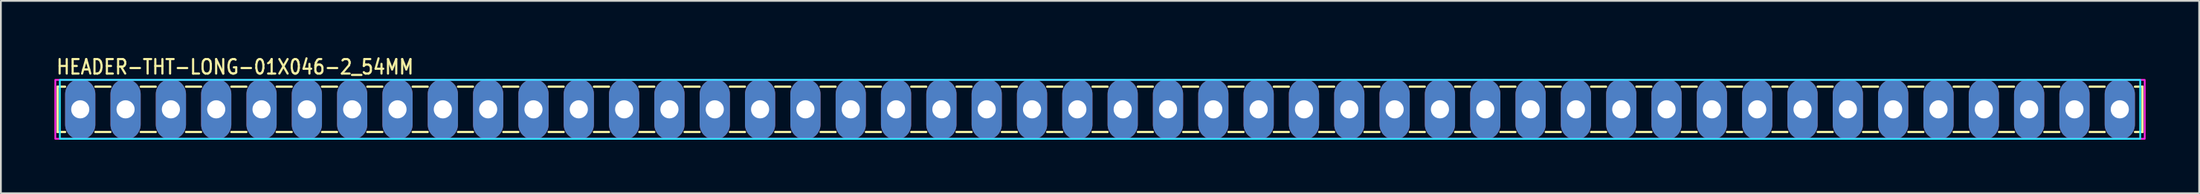
<source format=kicad_pcb>
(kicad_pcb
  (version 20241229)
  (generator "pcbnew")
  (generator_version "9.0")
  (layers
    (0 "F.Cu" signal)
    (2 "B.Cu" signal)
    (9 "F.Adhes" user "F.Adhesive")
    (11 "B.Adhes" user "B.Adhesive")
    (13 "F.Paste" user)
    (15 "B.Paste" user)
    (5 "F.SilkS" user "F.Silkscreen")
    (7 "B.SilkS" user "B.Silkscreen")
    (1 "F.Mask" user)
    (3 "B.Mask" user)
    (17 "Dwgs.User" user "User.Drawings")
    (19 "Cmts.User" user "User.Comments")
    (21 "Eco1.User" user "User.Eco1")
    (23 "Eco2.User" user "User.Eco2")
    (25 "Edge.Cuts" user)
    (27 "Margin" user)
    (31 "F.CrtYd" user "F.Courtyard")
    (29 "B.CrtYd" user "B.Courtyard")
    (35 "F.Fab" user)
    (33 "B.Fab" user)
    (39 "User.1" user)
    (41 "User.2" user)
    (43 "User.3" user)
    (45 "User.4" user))
  (footprint "HEADER-THT-LONG-01X046-2_54MM"
    (layer "F.Cu")
    (at 1.447 3.079)
    (property "Reference" "HEADER-THT-LONG-01X046-2_54MM" (at -1.4 -1.9 0) (unlocked yes) (layer "F.SilkS") (effects (font (size 0.813 0.695) (thickness 0.122)) (justify left bottom)))
    (fp_line (start -1.27 -1.27) (end -1.27 1.27) (stroke (width 0.127) (type solid)) (layer "F.SilkS"))
    (fp_line (start -1.27 1.27) (end -0.85 1.27) (stroke (width 0.127) (type solid)) (layer "F.SilkS"))
    (fp_line (start -0.85 -1.27) (end -1.27 -1.27) (stroke (width 0.127) (type solid)) (layer "F.SilkS"))
    (fp_line (start 0.85 -1.27) (end 1.69 -1.27) (stroke (width 0.127) (type solid)) (layer "F.SilkS"))
    (fp_line (start 0.85 1.27) (end 1.69 1.27) (stroke (width 0.127) (type solid)) (layer "F.SilkS"))
    (fp_line (start 3.39 -1.27) (end 4.23 -1.27) (stroke (width 0.127) (type solid)) (layer "F.SilkS"))
    (fp_line (start 3.39 1.27) (end 4.23 1.27) (stroke (width 0.127) (type solid)) (layer "F.SilkS"))
    (fp_line (start 5.93 -1.27) (end 6.77 -1.27) (stroke (width 0.127) (type solid)) (layer "F.SilkS"))
    (fp_line (start 5.93 1.27) (end 6.77 1.27) (stroke (width 0.127) (type solid)) (layer "F.SilkS"))
    (fp_line (start 8.47 -1.27) (end 9.31 -1.27) (stroke (width 0.127) (type solid)) (layer "F.SilkS"))
    (fp_line (start 8.47 1.27) (end 9.31 1.27) (stroke (width 0.127) (type solid)) (layer "F.SilkS"))
    (fp_line (start 11.01 -1.27) (end 11.85 -1.27) (stroke (width 0.127) (type solid)) (layer "F.SilkS"))
    (fp_line (start 11.01 1.27) (end 11.85 1.27) (stroke (width 0.127) (type solid)) (layer "F.SilkS"))
    (fp_line (start 13.55 -1.27) (end 14.39 -1.27) (stroke (width 0.127) (type solid)) (layer "F.SilkS"))
    (fp_line (start 13.55 1.27) (end 14.39 1.27) (stroke (width 0.127) (type solid)) (layer "F.SilkS"))
    (fp_line (start 16.09 -1.27) (end 16.93 -1.27) (stroke (width 0.127) (type solid)) (layer "F.SilkS"))
    (fp_line (start 16.09 1.27) (end 16.93 1.27) (stroke (width 0.127) (type solid)) (layer "F.SilkS"))
    (fp_line (start 18.63 -1.27) (end 19.47 -1.27) (stroke (width 0.127) (type solid)) (layer "F.SilkS"))
    (fp_line (start 18.63 1.27) (end 19.47 1.27) (stroke (width 0.127) (type solid)) (layer "F.SilkS"))
    (fp_line (start 21.17 -1.27) (end 22.01 -1.27) (stroke (width 0.127) (type solid)) (layer "F.SilkS"))
    (fp_line (start 21.17 1.27) (end 22.01 1.27) (stroke (width 0.127) (type solid)) (layer "F.SilkS"))
    (fp_line (start 23.71 -1.27) (end 24.55 -1.27) (stroke (width 0.127) (type solid)) (layer "F.SilkS"))
    (fp_line (start 23.71 1.27) (end 24.55 1.27) (stroke (width 0.127) (type solid)) (layer "F.SilkS"))
    (fp_line (start 26.25 -1.27) (end 27.09 -1.27) (stroke (width 0.127) (type solid)) (layer "F.SilkS"))
    (fp_line (start 26.25 1.27) (end 27.09 1.27) (stroke (width 0.127) (type solid)) (layer "F.SilkS"))
    (fp_line (start 28.79 -1.27) (end 29.63 -1.27) (stroke (width 0.127) (type solid)) (layer "F.SilkS"))
    (fp_line (start 28.79 1.27) (end 29.63 1.27) (stroke (width 0.127) (type solid)) (layer "F.SilkS"))
    (fp_line (start 31.33 -1.27) (end 32.17 -1.27) (stroke (width 0.127) (type solid)) (layer "F.SilkS"))
    (fp_line (start 31.33 1.27) (end 32.17 1.27) (stroke (width 0.127) (type solid)) (layer "F.SilkS"))
    (fp_line (start 33.87 -1.27) (end 34.71 -1.27) (stroke (width 0.127) (type solid)) (layer "F.SilkS"))
    (fp_line (start 33.87 1.27) (end 34.71 1.27) (stroke (width 0.127) (type solid)) (layer "F.SilkS"))
    (fp_line (start 36.41 -1.27) (end 37.25 -1.27) (stroke (width 0.127) (type solid)) (layer "F.SilkS"))
    (fp_line (start 36.41 1.27) (end 37.25 1.27) (stroke (width 0.127) (type solid)) (layer "F.SilkS"))
    (fp_line (start 38.95 -1.27) (end 39.79 -1.27) (stroke (width 0.127) (type solid)) (layer "F.SilkS"))
    (fp_line (start 38.95 1.27) (end 39.79 1.27) (stroke (width 0.127) (type solid)) (layer "F.SilkS"))
    (fp_line (start 41.49 -1.27) (end 42.33 -1.27) (stroke (width 0.127) (type solid)) (layer "F.SilkS"))
    (fp_line (start 41.49 1.27) (end 42.33 1.27) (stroke (width 0.127) (type solid)) (layer "F.SilkS"))
    (fp_line (start 44.03 -1.27) (end 44.87 -1.27) (stroke (width 0.127) (type solid)) (layer "F.SilkS"))
    (fp_line (start 44.03 1.27) (end 44.87 1.27) (stroke (width 0.127) (type solid)) (layer "F.SilkS"))
    (fp_line (start 46.57 -1.27) (end 47.41 -1.27) (stroke (width 0.127) (type solid)) (layer "F.SilkS"))
    (fp_line (start 46.57 1.27) (end 47.41 1.27) (stroke (width 0.127) (type solid)) (layer "F.SilkS"))
    (fp_line (start 49.11 -1.27) (end 49.95 -1.27) (stroke (width 0.127) (type solid)) (layer "F.SilkS"))
    (fp_line (start 49.11 1.27) (end 49.95 1.27) (stroke (width 0.127) (type solid)) (layer "F.SilkS"))
    (fp_line (start 51.65 -1.27) (end 52.49 -1.27) (stroke (width 0.127) (type solid)) (layer "F.SilkS"))
    (fp_line (start 51.65 1.27) (end 52.49 1.27) (stroke (width 0.127) (type solid)) (layer "F.SilkS"))
    (fp_line (start 54.19 -1.27) (end 55.03 -1.27) (stroke (width 0.127) (type solid)) (layer "F.SilkS"))
    (fp_line (start 54.19 1.27) (end 55.03 1.27) (stroke (width 0.127) (type solid)) (layer "F.SilkS"))
    (fp_line (start 56.73 -1.27) (end 57.57 -1.27) (stroke (width 0.127) (type solid)) (layer "F.SilkS"))
    (fp_line (start 56.73 1.27) (end 57.57 1.27) (stroke (width 0.127) (type solid)) (layer "F.SilkS"))
    (fp_line (start 59.27 -1.27) (end 60.11 -1.27) (stroke (width 0.127) (type solid)) (layer "F.SilkS"))
    (fp_line (start 59.27 1.27) (end 60.11 1.27) (stroke (width 0.127) (type solid)) (layer "F.SilkS"))
    (fp_line (start 61.81 -1.27) (end 62.65 -1.27) (stroke (width 0.127) (type solid)) (layer "F.SilkS"))
    (fp_line (start 61.81 1.27) (end 62.65 1.27) (stroke (width 0.127) (type solid)) (layer "F.SilkS"))
    (fp_line (start 64.35 -1.27) (end 65.19 -1.27) (stroke (width 0.127) (type solid)) (layer "F.SilkS"))
    (fp_line (start 64.35 1.27) (end 65.19 1.27) (stroke (width 0.127) (type solid)) (layer "F.SilkS"))
    (fp_line (start 66.89 -1.27) (end 67.73 -1.27) (stroke (width 0.127) (type solid)) (layer "F.SilkS"))
    (fp_line (start 66.89 1.27) (end 67.73 1.27) (stroke (width 0.127) (type solid)) (layer "F.SilkS"))
    (fp_line (start 69.43 -1.27) (end 70.27 -1.27) (stroke (width 0.127) (type solid)) (layer "F.SilkS"))
    (fp_line (start 69.43 1.27) (end 70.27 1.27) (stroke (width 0.127) (type solid)) (layer "F.SilkS"))
    (fp_line (start 71.97 -1.27) (end 72.81 -1.27) (stroke (width 0.127) (type solid)) (layer "F.SilkS"))
    (fp_line (start 71.97 1.27) (end 72.81 1.27) (stroke (width 0.127) (type solid)) (layer "F.SilkS"))
    (fp_line (start 74.51 -1.27) (end 75.35 -1.27) (stroke (width 0.127) (type solid)) (layer "F.SilkS"))
    (fp_line (start 74.51 1.27) (end 75.35 1.27) (stroke (width 0.127) (type solid)) (layer "F.SilkS"))
    (fp_line (start 77.05 -1.27) (end 77.89 -1.27) (stroke (width 0.127) (type solid)) (layer "F.SilkS"))
    (fp_line (start 77.05 1.27) (end 77.89 1.27) (stroke (width 0.127) (type solid)) (layer "F.SilkS"))
    (fp_line (start 79.59 -1.27) (end 80.43 -1.27) (stroke (width 0.127) (type solid)) (layer "F.SilkS"))
    (fp_line (start 79.59 1.27) (end 80.43 1.27) (stroke (width 0.127) (type solid)) (layer "F.SilkS"))
    (fp_line (start 82.13 -1.27) (end 82.97 -1.27) (stroke (width 0.127) (type solid)) (layer "F.SilkS"))
    (fp_line (start 82.13 1.27) (end 82.97 1.27) (stroke (width 0.127) (type solid)) (layer "F.SilkS"))
    (fp_line (start 84.67 -1.27) (end 85.51 -1.27) (stroke (width 0.127) (type solid)) (layer "F.SilkS"))
    (fp_line (start 84.67 1.27) (end 85.51 1.27) (stroke (width 0.127) (type solid)) (layer "F.SilkS"))
    (fp_line (start 87.21 -1.27) (end 88.05 -1.27) (stroke (width 0.127) (type solid)) (layer "F.SilkS"))
    (fp_line (start 87.21 1.27) (end 88.05 1.27) (stroke (width 0.127) (type solid)) (layer "F.SilkS"))
    (fp_line (start 89.75 -1.27) (end 90.59 -1.27) (stroke (width 0.127) (type solid)) (layer "F.SilkS"))
    (fp_line (start 89.75 1.27) (end 90.59 1.27) (stroke (width 0.127) (type solid)) (layer "F.SilkS"))
    (fp_line (start 92.29 -1.27) (end 93.13 -1.27) (stroke (width 0.127) (type solid)) (layer "F.SilkS"))
    (fp_line (start 92.29 1.27) (end 93.13 1.27) (stroke (width 0.127) (type solid)) (layer "F.SilkS"))
    (fp_line (start 94.83 -1.27) (end 95.67 -1.27) (stroke (width 0.127) (type solid)) (layer "F.SilkS"))
    (fp_line (start 94.83 1.27) (end 95.67 1.27) (stroke (width 0.127) (type solid)) (layer "F.SilkS"))
    (fp_line (start 97.37 -1.27) (end 98.21 -1.27) (stroke (width 0.127) (type solid)) (layer "F.SilkS"))
    (fp_line (start 97.37 1.27) (end 98.21 1.27) (stroke (width 0.127) (type solid)) (layer "F.SilkS"))
    (fp_line (start 99.91 -1.27) (end 100.75 -1.27) (stroke (width 0.127) (type solid)) (layer "F.SilkS"))
    (fp_line (start 99.91 1.27) (end 100.75 1.27) (stroke (width 0.127) (type solid)) (layer "F.SilkS"))
    (fp_line (start 102.45 -1.27) (end 103.29 -1.27) (stroke (width 0.127) (type solid)) (layer "F.SilkS"))
    (fp_line (start 102.45 1.27) (end 103.29 1.27) (stroke (width 0.127) (type solid)) (layer "F.SilkS"))
    (fp_line (start 104.99 -1.27) (end 105.83 -1.27) (stroke (width 0.127) (type solid)) (layer "F.SilkS"))
    (fp_line (start 104.99 1.27) (end 105.83 1.27) (stroke (width 0.127) (type solid)) (layer "F.SilkS"))
    (fp_line (start 107.53 -1.27) (end 108.37 -1.27) (stroke (width 0.127) (type solid)) (layer "F.SilkS"))
    (fp_line (start 107.53 1.27) (end 108.37 1.27) (stroke (width 0.127) (type solid)) (layer "F.SilkS"))
    (fp_line (start 110.07 -1.27) (end 110.91 -1.27) (stroke (width 0.127) (type solid)) (layer "F.SilkS"))
    (fp_line (start 110.07 1.27) (end 110.91 1.27) (stroke (width 0.127) (type solid)) (layer "F.SilkS"))
    (fp_line (start 112.61 -1.27) (end 113.45 -1.27) (stroke (width 0.127) (type solid)) (layer "F.SilkS"))
    (fp_line (start 112.61 1.27) (end 113.45 1.27) (stroke (width 0.127) (type solid)) (layer "F.SilkS"))
    (fp_line (start 115.15 -1.27) (end 115.57 -1.27) (stroke (width 0.127) (type solid)) (layer "F.SilkS"))
    (fp_line (start 115.57 -1.27) (end 115.57 1.27) (stroke (width 0.127) (type solid)) (layer "F.SilkS"))
    (fp_line (start 115.57 1.27) (end 115.15 1.27) (stroke (width 0.127) (type solid)) (layer "F.SilkS"))
    (fp_poly (pts (xy -1.143 -1.651) (xy 115.443 -1.651) (xy 115.443 1.651) (xy -1.143 1.651)) (stroke (width 0.1) (type solid)) (fill no) (layer "B.CrtYd"))
    (fp_poly (pts (xy -1.397 -1.651) (xy 115.697 -1.651) (xy 115.697 1.651) (xy -1.397 1.651)) (stroke (width 0.1) (type solid)) (fill no) (layer "F.CrtYd"))
    (pad "P$1" thru_hole oval (at 0 0 90) (size 3.387 1.693) (drill 1.016) (layers "*.Cu" "*.Mask"))
    (pad "P$2" thru_hole oval (at 2.54 0 90) (size 3.387 1.693) (drill 1.016) (layers "*.Cu" "*.Mask"))
    (pad "P$3" thru_hole oval (at 5.08 0 90) (size 3.387 1.693) (drill 1.016) (layers "*.Cu" "*.Mask"))
    (pad "P$4" thru_hole oval (at 7.62 0 90) (size 3.387 1.693) (drill 1.016) (layers "*.Cu" "*.Mask"))
    (pad "P$5" thru_hole oval (at 10.16 0 90) (size 3.387 1.693) (drill 1.016) (layers "*.Cu" "*.Mask"))
    (pad "P$6" thru_hole oval (at 12.7 0 90) (size 3.387 1.693) (drill 1.016) (layers "*.Cu" "*.Mask"))
    (pad "P$7" thru_hole oval (at 15.24 0 90) (size 3.387 1.693) (drill 1.016) (layers "*.Cu" "*.Mask"))
    (pad "P$8" thru_hole oval (at 17.78 0 90) (size 3.387 1.693) (drill 1.016) (layers "*.Cu" "*.Mask"))
    (pad "P$9" thru_hole oval (at 20.32 0 90) (size 3.387 1.693) (drill 1.016) (layers "*.Cu" "*.Mask"))
    (pad "P$10" thru_hole oval (at 22.86 0 90) (size 3.387 1.693) (drill 1.016) (layers "*.Cu" "*.Mask"))
    (pad "P$11" thru_hole oval (at 25.4 0 90) (size 3.387 1.693) (drill 1.016) (layers "*.Cu" "*.Mask"))
    (pad "P$12" thru_hole oval (at 27.94 0 90) (size 3.387 1.693) (drill 1.016) (layers "*.Cu" "*.Mask"))
    (pad "P$13" thru_hole oval (at 30.48 0 90) (size 3.387 1.693) (drill 1.016) (layers "*.Cu" "*.Mask"))
    (pad "P$14" thru_hole oval (at 33.02 0 90) (size 3.387 1.693) (drill 1.016) (layers "*.Cu" "*.Mask"))
    (pad "P$15" thru_hole oval (at 35.56 0 90) (size 3.387 1.693) (drill 1.016) (layers "*.Cu" "*.Mask"))
    (pad "P$16" thru_hole oval (at 38.1 0 90) (size 3.387 1.693) (drill 1.016) (layers "*.Cu" "*.Mask"))
    (pad "P$17" thru_hole oval (at 40.64 0 90) (size 3.387 1.693) (drill 1.016) (layers "*.Cu" "*.Mask"))
    (pad "P$18" thru_hole oval (at 43.18 0 90) (size 3.387 1.693) (drill 1.016) (layers "*.Cu" "*.Mask"))
    (pad "P$19" thru_hole oval (at 45.72 0 90) (size 3.387 1.693) (drill 1.016) (layers "*.Cu" "*.Mask"))
    (pad "P$20" thru_hole oval (at 48.26 0 90) (size 3.387 1.693) (drill 1.016) (layers "*.Cu" "*.Mask"))
    (pad "P$21" thru_hole oval (at 50.8 0 90) (size 3.387 1.693) (drill 1.016) (layers "*.Cu" "*.Mask"))
    (pad "P$22" thru_hole oval (at 53.34 0 90) (size 3.387 1.693) (drill 1.016) (layers "*.Cu" "*.Mask"))
    (pad "P$23" thru_hole oval (at 55.88 0 90) (size 3.387 1.693) (drill 1.016) (layers "*.Cu" "*.Mask"))
    (pad "P$24" thru_hole oval (at 58.42 0 90) (size 3.387 1.693) (drill 1.016) (layers "*.Cu" "*.Mask"))
    (pad "P$25" thru_hole oval (at 60.96 0 90) (size 3.387 1.693) (drill 1.016) (layers "*.Cu" "*.Mask"))
    (pad "P$26" thru_hole oval (at 63.5 0 90) (size 3.387 1.693) (drill 1.016) (layers "*.Cu" "*.Mask"))
    (pad "P$27" thru_hole oval (at 66.04 0 90) (size 3.387 1.693) (drill 1.016) (layers "*.Cu" "*.Mask"))
    (pad "P$28" thru_hole oval (at 68.58 0 90) (size 3.387 1.693) (drill 1.016) (layers "*.Cu" "*.Mask"))
    (pad "P$29" thru_hole oval (at 71.12 0 90) (size 3.387 1.693) (drill 1.016) (layers "*.Cu" "*.Mask"))
    (pad "P$30" thru_hole oval (at 73.66 0 90) (size 3.387 1.693) (drill 1.016) (layers "*.Cu" "*.Mask"))
    (pad "P$31" thru_hole oval (at 76.2 0 90) (size 3.387 1.693) (drill 1.016) (layers "*.Cu" "*.Mask"))
    (pad "P$32" thru_hole oval (at 78.74 0 90) (size 3.387 1.693) (drill 1.016) (layers "*.Cu" "*.Mask"))
    (pad "P$33" thru_hole oval (at 81.28 0 90) (size 3.387 1.693) (drill 1.016) (layers "*.Cu" "*.Mask"))
    (pad "P$34" thru_hole oval (at 83.82 0 90) (size 3.387 1.693) (drill 1.016) (layers "*.Cu" "*.Mask"))
    (pad "P$35" thru_hole oval (at 86.36 0 90) (size 3.387 1.693) (drill 1.016) (layers "*.Cu" "*.Mask"))
    (pad "P$36" thru_hole oval (at 88.9 0 90) (size 3.387 1.693) (drill 1.016) (layers "*.Cu" "*.Mask"))
    (pad "P$37" thru_hole oval (at 91.44 0 90) (size 3.387 1.693) (drill 1.016) (layers "*.Cu" "*.Mask"))
    (pad "P$38" thru_hole oval (at 93.98 0 90) (size 3.387 1.693) (drill 1.016) (layers "*.Cu" "*.Mask"))
    (pad "P$39" thru_hole oval (at 96.52 0 90) (size 3.387 1.693) (drill 1.016) (layers "*.Cu" "*.Mask"))
    (pad "P$40" thru_hole oval (at 99.06 0 90) (size 3.387 1.693) (drill 1.016) (layers "*.Cu" "*.Mask"))
    (pad "P$41" thru_hole oval (at 101.6 0 90) (size 3.387 1.693) (drill 1.016) (layers "*.Cu" "*.Mask"))
    (pad "P$42" thru_hole oval (at 104.14 0 90) (size 3.387 1.693) (drill 1.016) (layers "*.Cu" "*.Mask"))
    (pad "P$43" thru_hole oval (at 106.68 0 90) (size 3.387 1.693) (drill 1.016) (layers "*.Cu" "*.Mask"))
    (pad "P$44" thru_hole oval (at 109.22 0 90) (size 3.387 1.693) (drill 1.016) (layers "*.Cu" "*.Mask"))
    (pad "P$45" thru_hole oval (at 111.76 0 90) (size 3.387 1.693) (drill 1.016) (layers "*.Cu" "*.Mask"))
    (pad "P$46" thru_hole oval (at 114.3 0 90) (size 3.387 1.693) (drill 1.016) (layers "*.Cu" "*.Mask")))
  (gr_rect
    (start -3 -3)
    (end 120.194 7.78)
    (stroke (width 0.1) (type default))
    (fill no)
    (layer "Edge.Cuts")))
</source>
